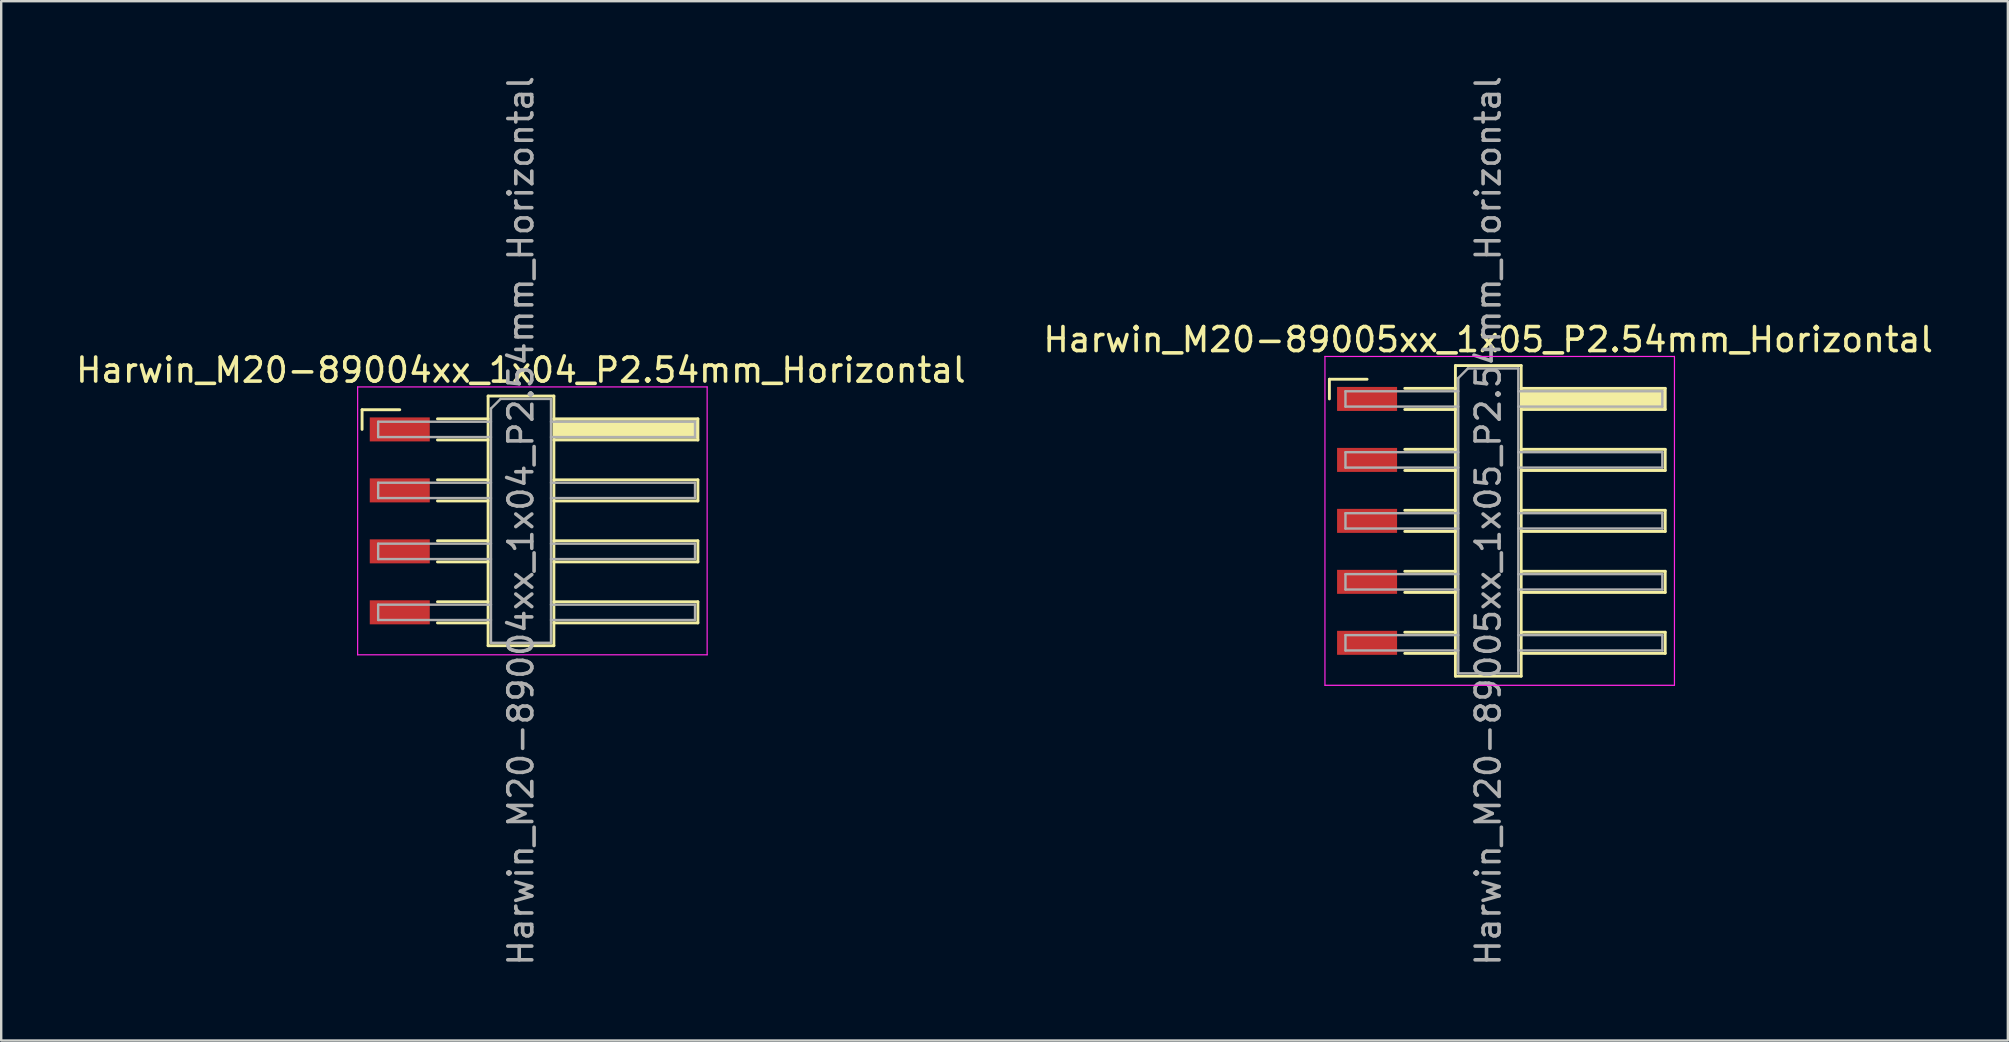
<source format=kicad_pcb>
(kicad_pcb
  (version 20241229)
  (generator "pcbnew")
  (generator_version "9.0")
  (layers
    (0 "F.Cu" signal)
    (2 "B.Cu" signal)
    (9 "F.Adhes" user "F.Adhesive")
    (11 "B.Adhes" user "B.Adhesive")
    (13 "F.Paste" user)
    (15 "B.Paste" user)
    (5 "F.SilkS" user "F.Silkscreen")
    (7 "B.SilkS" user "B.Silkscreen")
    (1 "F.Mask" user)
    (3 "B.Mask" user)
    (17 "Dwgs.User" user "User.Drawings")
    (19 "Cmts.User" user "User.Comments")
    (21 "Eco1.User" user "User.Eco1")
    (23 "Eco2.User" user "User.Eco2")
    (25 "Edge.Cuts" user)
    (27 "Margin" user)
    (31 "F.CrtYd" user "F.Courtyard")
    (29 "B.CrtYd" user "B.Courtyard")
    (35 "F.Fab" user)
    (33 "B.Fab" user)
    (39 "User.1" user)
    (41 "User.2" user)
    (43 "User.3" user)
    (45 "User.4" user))
  (footprint "Harwin_M20-89004xx_1x04_P2.54mm_Horizontal"
    (layer "F.Cu")
    (at 19.129 18.649)
    (property "Reference" "Harwin_M20-89004xx_1x04_P2.54mm_Horizontal" (at -0.48 -6.28 0) (layer "F.SilkS") (effects (font (size 1 1) (thickness 0.15))))
    (attr smd)
    (fp_line (start -7.095 -4.63) (end -5.525 -4.63) (stroke (width 0.12) (type solid)) (layer "F.SilkS"))
    (fp_line (start -7.095 -3.81) (end -7.095 -4.63) (stroke (width 0.12) (type solid)) (layer "F.SilkS"))
    (fp_line (start -3.955 -4.25) (end -1.845 -4.25) (stroke (width 0.12) (type solid)) (layer "F.SilkS"))
    (fp_line (start -3.955 -3.37) (end -1.845 -3.37) (stroke (width 0.12) (type solid)) (layer "F.SilkS"))
    (fp_line (start -3.955 -1.71) (end -1.845 -1.71) (stroke (width 0.12) (type solid)) (layer "F.SilkS"))
    (fp_line (start -3.955 -0.83) (end -1.845 -0.83) (stroke (width 0.12) (type solid)) (layer "F.SilkS"))
    (fp_line (start -3.955 0.83) (end -1.845 0.83) (stroke (width 0.12) (type solid)) (layer "F.SilkS"))
    (fp_line (start -3.955 1.71) (end -1.845 1.71) (stroke (width 0.12) (type solid)) (layer "F.SilkS"))
    (fp_line (start -3.955 3.37) (end -1.845 3.37) (stroke (width 0.12) (type solid)) (layer "F.SilkS"))
    (fp_line (start -3.955 4.25) (end -1.845 4.25) (stroke (width 0.12) (type solid)) (layer "F.SilkS"))
    (fp_line (start -1.845 -5.2) (end 0.895 -5.2) (stroke (width 0.12) (type solid)) (layer "F.SilkS"))
    (fp_line (start -1.845 5.2) (end -1.845 -5.2) (stroke (width 0.12) (type solid)) (layer "F.SilkS"))
    (fp_line (start 0.895 -5.2) (end 0.895 5.2) (stroke (width 0.12) (type solid)) (layer "F.SilkS"))
    (fp_line (start 0.895 -4.25) (end 6.895 -4.25) (stroke (width 0.12) (type solid)) (layer "F.SilkS"))
    (fp_line (start 0.895 -1.71) (end 6.895 -1.71) (stroke (width 0.12) (type solid)) (layer "F.SilkS"))
    (fp_line (start 0.895 0.83) (end 6.895 0.83) (stroke (width 0.12) (type solid)) (layer "F.SilkS"))
    (fp_line (start 0.895 3.37) (end 6.895 3.37) (stroke (width 0.12) (type solid)) (layer "F.SilkS"))
    (fp_line (start 0.895 5.2) (end -1.845 5.2) (stroke (width 0.12) (type solid)) (layer "F.SilkS"))
    (fp_line (start 6.895 -4.25) (end 6.895 -3.37) (stroke (width 0.12) (type solid)) (layer "F.SilkS"))
    (fp_line (start 6.895 -3.37) (end 0.895 -3.37) (stroke (width 0.12) (type solid)) (layer "F.SilkS"))
    (fp_line (start 6.895 -1.71) (end 6.895 -0.83) (stroke (width 0.12) (type solid)) (layer "F.SilkS"))
    (fp_line (start 6.895 -0.83) (end 0.895 -0.83) (stroke (width 0.12) (type solid)) (layer "F.SilkS"))
    (fp_line (start 6.895 0.83) (end 6.895 1.71) (stroke (width 0.12) (type solid)) (layer "F.SilkS"))
    (fp_line (start 6.895 1.71) (end 0.895 1.71) (stroke (width 0.12) (type solid)) (layer "F.SilkS"))
    (fp_line (start 6.895 3.37) (end 6.895 4.25) (stroke (width 0.12) (type solid)) (layer "F.SilkS"))
    (fp_line (start 6.895 4.25) (end 0.895 4.25) (stroke (width 0.12) (type solid)) (layer "F.SilkS"))
    (fp_line (start -7.28 -5.58) (end 7.28 -5.58) (stroke (width 0.05) (type solid)) (layer "F.CrtYd"))
    (fp_line (start -7.28 5.58) (end -7.28 -5.58) (stroke (width 0.05) (type solid)) (layer "F.CrtYd"))
    (fp_line (start 7.28 -5.58) (end 7.28 5.58) (stroke (width 0.05) (type solid)) (layer "F.CrtYd"))
    (fp_line (start 7.28 5.58) (end -7.28 5.58) (stroke (width 0.05) (type solid)) (layer "F.CrtYd"))
    (fp_line (start -6.425 -4.13) (end -6.425 -3.49) (stroke (width 0.1) (type solid)) (layer "F.Fab"))
    (fp_line (start -6.425 -3.49) (end -1.725 -3.49) (stroke (width 0.1) (type solid)) (layer "F.Fab"))
    (fp_line (start -6.425 -1.59) (end -6.425 -0.95) (stroke (width 0.1) (type solid)) (layer "F.Fab"))
    (fp_line (start -6.425 -0.95) (end -1.725 -0.95) (stroke (width 0.1) (type solid)) (layer "F.Fab"))
    (fp_line (start -6.425 0.95) (end -6.425 1.59) (stroke (width 0.1) (type solid)) (layer "F.Fab"))
    (fp_line (start -6.425 1.59) (end -1.725 1.59) (stroke (width 0.1) (type solid)) (layer "F.Fab"))
    (fp_line (start -6.425 3.49) (end -6.425 4.13) (stroke (width 0.1) (type solid)) (layer "F.Fab"))
    (fp_line (start -6.425 4.13) (end -1.725 4.13) (stroke (width 0.1) (type solid)) (layer "F.Fab"))
    (fp_line (start -1.725 -4.68) (end -1.325 -5.08) (stroke (width 0.1) (type solid)) (layer "F.Fab"))
    (fp_line (start -1.725 -4.13) (end -6.425 -4.13) (stroke (width 0.1) (type solid)) (layer "F.Fab"))
    (fp_line (start -1.725 -1.59) (end -6.425 -1.59) (stroke (width 0.1) (type solid)) (layer "F.Fab"))
    (fp_line (start -1.725 0.95) (end -6.425 0.95) (stroke (width 0.1) (type solid)) (layer "F.Fab"))
    (fp_line (start -1.725 3.49) (end -6.425 3.49) (stroke (width 0.1) (type solid)) (layer "F.Fab"))
    (fp_line (start -1.725 5.08) (end -1.725 -4.68) (stroke (width 0.1) (type solid)) (layer "F.Fab"))
    (fp_line (start -1.325 -5.08) (end 0.775 -5.08) (stroke (width 0.1) (type solid)) (layer "F.Fab"))
    (fp_line (start 0.775 -5.08) (end 0.775 5.08) (stroke (width 0.1) (type solid)) (layer "F.Fab"))
    (fp_line (start 0.775 -4.13) (end 6.775 -4.13) (stroke (width 0.1) (type solid)) (layer "F.Fab"))
    (fp_line (start 0.775 -1.59) (end 6.775 -1.59) (stroke (width 0.1) (type solid)) (layer "F.Fab"))
    (fp_line (start 0.775 0.95) (end 6.775 0.95) (stroke (width 0.1) (type solid)) (layer "F.Fab"))
    (fp_line (start 0.775 3.49) (end 6.775 3.49) (stroke (width 0.1) (type solid)) (layer "F.Fab"))
    (fp_line (start 0.775 5.08) (end -1.725 5.08) (stroke (width 0.1) (type solid)) (layer "F.Fab"))
    (fp_line (start 6.775 -4.13) (end 6.775 -3.49) (stroke (width 0.1) (type solid)) (layer "F.Fab"))
    (fp_line (start 6.775 -3.49) (end 0.775 -3.49) (stroke (width 0.1) (type solid)) (layer "F.Fab"))
    (fp_line (start 6.775 -1.59) (end 6.775 -0.95) (stroke (width 0.1) (type solid)) (layer "F.Fab"))
    (fp_line (start 6.775 -0.95) (end 0.775 -0.95) (stroke (width 0.1) (type solid)) (layer "F.Fab"))
    (fp_line (start 6.775 0.95) (end 6.775 1.59) (stroke (width 0.1) (type solid)) (layer "F.Fab"))
    (fp_line (start 6.775 1.59) (end 0.775 1.59) (stroke (width 0.1) (type solid)) (layer "F.Fab"))
    (fp_line (start 6.775 3.49) (end 6.775 4.13) (stroke (width 0.1) (type solid)) (layer "F.Fab"))
    (fp_line (start 6.775 4.13) (end 0.775 4.13) (stroke (width 0.1) (type solid)) (layer "F.Fab"))
    (fp_text user "${REFERENCE}" (at -0.48 0 90) (layer "F.Fab") (effects (font (size 1 1) (thickness 0.15))))
    (pad "" smd rect (at 3.895 -3.81) (size 6 0.76) (layers "F.SilkS"))
    (pad "1" smd rect (at -5.525 -3.81) (size 2.5 1) (layers "F.Cu" "F.Mask" "F.Paste"))
    (pad "2" smd rect (at -5.525 -1.27) (size 2.5 1) (layers "F.Cu" "F.Mask" "F.Paste"))
    (pad "3" smd rect (at -5.525 1.27) (size 2.5 1) (layers "F.Cu" "F.Mask" "F.Paste"))
    (pad "4" smd rect (at -5.525 3.81) (size 2.5 1) (layers "F.Cu" "F.Mask" "F.Paste")))
  (footprint "Harwin_M20-89005xx_1x05_P2.54mm_Horizontal"
    (layer "F.Cu")
    (at 59.426 18.649)
    (property "Reference" "Harwin_M20-89005xx_1x05_P2.54mm_Horizontal" (at -0.48 -7.55 0) (layer "F.SilkS") (effects (font (size 1 1) (thickness 0.15))))
    (attr smd)
    (fp_line (start -7.095 -5.9) (end -5.525 -5.9) (stroke (width 0.12) (type solid)) (layer "F.SilkS"))
    (fp_line (start -7.095 -5.08) (end -7.095 -5.9) (stroke (width 0.12) (type solid)) (layer "F.SilkS"))
    (fp_line (start -3.955 -5.52) (end -1.845 -5.52) (stroke (width 0.12) (type solid)) (layer "F.SilkS"))
    (fp_line (start -3.955 -4.64) (end -1.845 -4.64) (stroke (width 0.12) (type solid)) (layer "F.SilkS"))
    (fp_line (start -3.955 -2.98) (end -1.845 -2.98) (stroke (width 0.12) (type solid)) (layer "F.SilkS"))
    (fp_line (start -3.955 -2.1) (end -1.845 -2.1) (stroke (width 0.12) (type solid)) (layer "F.SilkS"))
    (fp_line (start -3.955 -0.44) (end -1.845 -0.44) (stroke (width 0.12) (type solid)) (layer "F.SilkS"))
    (fp_line (start -3.955 0.44) (end -1.845 0.44) (stroke (width 0.12) (type solid)) (layer "F.SilkS"))
    (fp_line (start -3.955 2.1) (end -1.845 2.1) (stroke (width 0.12) (type solid)) (layer "F.SilkS"))
    (fp_line (start -3.955 2.98) (end -1.845 2.98) (stroke (width 0.12) (type solid)) (layer "F.SilkS"))
    (fp_line (start -3.955 4.64) (end -1.845 4.64) (stroke (width 0.12) (type solid)) (layer "F.SilkS"))
    (fp_line (start -3.955 5.52) (end -1.845 5.52) (stroke (width 0.12) (type solid)) (layer "F.SilkS"))
    (fp_line (start -1.845 -6.47) (end 0.895 -6.47) (stroke (width 0.12) (type solid)) (layer "F.SilkS"))
    (fp_line (start -1.845 6.47) (end -1.845 -6.47) (stroke (width 0.12) (type solid)) (layer "F.SilkS"))
    (fp_line (start 0.895 -6.47) (end 0.895 6.47) (stroke (width 0.12) (type solid)) (layer "F.SilkS"))
    (fp_line (start 0.895 -5.52) (end 6.895 -5.52) (stroke (width 0.12) (type solid)) (layer "F.SilkS"))
    (fp_line (start 0.895 -2.98) (end 6.895 -2.98) (stroke (width 0.12) (type solid)) (layer "F.SilkS"))
    (fp_line (start 0.895 -0.44) (end 6.895 -0.44) (stroke (width 0.12) (type solid)) (layer "F.SilkS"))
    (fp_line (start 0.895 2.1) (end 6.895 2.1) (stroke (width 0.12) (type solid)) (layer "F.SilkS"))
    (fp_line (start 0.895 4.64) (end 6.895 4.64) (stroke (width 0.12) (type solid)) (layer "F.SilkS"))
    (fp_line (start 0.895 6.47) (end -1.845 6.47) (stroke (width 0.12) (type solid)) (layer "F.SilkS"))
    (fp_line (start 6.895 -5.52) (end 6.895 -4.64) (stroke (width 0.12) (type solid)) (layer "F.SilkS"))
    (fp_line (start 6.895 -4.64) (end 0.895 -4.64) (stroke (width 0.12) (type solid)) (layer "F.SilkS"))
    (fp_line (start 6.895 -2.98) (end 6.895 -2.1) (stroke (width 0.12) (type solid)) (layer "F.SilkS"))
    (fp_line (start 6.895 -2.1) (end 0.895 -2.1) (stroke (width 0.12) (type solid)) (layer "F.SilkS"))
    (fp_line (start 6.895 -0.44) (end 6.895 0.44) (stroke (width 0.12) (type solid)) (layer "F.SilkS"))
    (fp_line (start 6.895 0.44) (end 0.895 0.44) (stroke (width 0.12) (type solid)) (layer "F.SilkS"))
    (fp_line (start 6.895 2.1) (end 6.895 2.98) (stroke (width 0.12) (type solid)) (layer "F.SilkS"))
    (fp_line (start 6.895 2.98) (end 0.895 2.98) (stroke (width 0.12) (type solid)) (layer "F.SilkS"))
    (fp_line (start 6.895 4.64) (end 6.895 5.52) (stroke (width 0.12) (type solid)) (layer "F.SilkS"))
    (fp_line (start 6.895 5.52) (end 0.895 5.52) (stroke (width 0.12) (type solid)) (layer "F.SilkS"))
    (fp_line (start -7.28 -6.85) (end 7.28 -6.85) (stroke (width 0.05) (type solid)) (layer "F.CrtYd"))
    (fp_line (start -7.28 6.85) (end -7.28 -6.85) (stroke (width 0.05) (type solid)) (layer "F.CrtYd"))
    (fp_line (start 7.28 -6.85) (end 7.28 6.85) (stroke (width 0.05) (type solid)) (layer "F.CrtYd"))
    (fp_line (start 7.28 6.85) (end -7.28 6.85) (stroke (width 0.05) (type solid)) (layer "F.CrtYd"))
    (fp_line (start -6.425 -5.4) (end -6.425 -4.76) (stroke (width 0.1) (type solid)) (layer "F.Fab"))
    (fp_line (start -6.425 -4.76) (end -1.725 -4.76) (stroke (width 0.1) (type solid)) (layer "F.Fab"))
    (fp_line (start -6.425 -2.86) (end -6.425 -2.22) (stroke (width 0.1) (type solid)) (layer "F.Fab"))
    (fp_line (start -6.425 -2.22) (end -1.725 -2.22) (stroke (width 0.1) (type solid)) (layer "F.Fab"))
    (fp_line (start -6.425 -0.32) (end -6.425 0.32) (stroke (width 0.1) (type solid)) (layer "F.Fab"))
    (fp_line (start -6.425 0.32) (end -1.725 0.32) (stroke (width 0.1) (type solid)) (layer "F.Fab"))
    (fp_line (start -6.425 2.22) (end -6.425 2.86) (stroke (width 0.1) (type solid)) (layer "F.Fab"))
    (fp_line (start -6.425 2.86) (end -1.725 2.86) (stroke (width 0.1) (type solid)) (layer "F.Fab"))
    (fp_line (start -6.425 4.76) (end -6.425 5.4) (stroke (width 0.1) (type solid)) (layer "F.Fab"))
    (fp_line (start -6.425 5.4) (end -1.725 5.4) (stroke (width 0.1) (type solid)) (layer "F.Fab"))
    (fp_line (start -1.725 -5.95) (end -1.325 -6.35) (stroke (width 0.1) (type solid)) (layer "F.Fab"))
    (fp_line (start -1.725 -5.4) (end -6.425 -5.4) (stroke (width 0.1) (type solid)) (layer "F.Fab"))
    (fp_line (start -1.725 -2.86) (end -6.425 -2.86) (stroke (width 0.1) (type solid)) (layer "F.Fab"))
    (fp_line (start -1.725 -0.32) (end -6.425 -0.32) (stroke (width 0.1) (type solid)) (layer "F.Fab"))
    (fp_line (start -1.725 2.22) (end -6.425 2.22) (stroke (width 0.1) (type solid)) (layer "F.Fab"))
    (fp_line (start -1.725 4.76) (end -6.425 4.76) (stroke (width 0.1) (type solid)) (layer "F.Fab"))
    (fp_line (start -1.725 6.35) (end -1.725 -5.95) (stroke (width 0.1) (type solid)) (layer "F.Fab"))
    (fp_line (start -1.325 -6.35) (end 0.775 -6.35) (stroke (width 0.1) (type solid)) (layer "F.Fab"))
    (fp_line (start 0.775 -6.35) (end 0.775 6.35) (stroke (width 0.1) (type solid)) (layer "F.Fab"))
    (fp_line (start 0.775 -5.4) (end 6.775 -5.4) (stroke (width 0.1) (type solid)) (layer "F.Fab"))
    (fp_line (start 0.775 -2.86) (end 6.775 -2.86) (stroke (width 0.1) (type solid)) (layer "F.Fab"))
    (fp_line (start 0.775 -0.32) (end 6.775 -0.32) (stroke (width 0.1) (type solid)) (layer "F.Fab"))
    (fp_line (start 0.775 2.22) (end 6.775 2.22) (stroke (width 0.1) (type solid)) (layer "F.Fab"))
    (fp_line (start 0.775 4.76) (end 6.775 4.76) (stroke (width 0.1) (type solid)) (layer "F.Fab"))
    (fp_line (start 0.775 6.35) (end -1.725 6.35) (stroke (width 0.1) (type solid)) (layer "F.Fab"))
    (fp_line (start 6.775 -5.4) (end 6.775 -4.76) (stroke (width 0.1) (type solid)) (layer "F.Fab"))
    (fp_line (start 6.775 -4.76) (end 0.775 -4.76) (stroke (width 0.1) (type solid)) (layer "F.Fab"))
    (fp_line (start 6.775 -2.86) (end 6.775 -2.22) (stroke (width 0.1) (type solid)) (layer "F.Fab"))
    (fp_line (start 6.775 -2.22) (end 0.775 -2.22) (stroke (width 0.1) (type solid)) (layer "F.Fab"))
    (fp_line (start 6.775 -0.32) (end 6.775 0.32) (stroke (width 0.1) (type solid)) (layer "F.Fab"))
    (fp_line (start 6.775 0.32) (end 0.775 0.32) (stroke (width 0.1) (type solid)) (layer "F.Fab"))
    (fp_line (start 6.775 2.22) (end 6.775 2.86) (stroke (width 0.1) (type solid)) (layer "F.Fab"))
    (fp_line (start 6.775 2.86) (end 0.775 2.86) (stroke (width 0.1) (type solid)) (layer "F.Fab"))
    (fp_line (start 6.775 4.76) (end 6.775 5.4) (stroke (width 0.1) (type solid)) (layer "F.Fab"))
    (fp_line (start 6.775 5.4) (end 0.775 5.4) (stroke (width 0.1) (type solid)) (layer "F.Fab"))
    (fp_text user "${REFERENCE}" (at -0.48 0 90) (layer "F.Fab") (effects (font (size 1 1) (thickness 0.15))))
    (pad "" smd rect (at 3.895 -5.08) (size 6 0.76) (layers "F.SilkS"))
    (pad "1" smd rect (at -5.525 -5.08) (size 2.5 1) (layers "F.Cu" "F.Mask" "F.Paste"))
    (pad "2" smd rect (at -5.525 -2.54) (size 2.5 1) (layers "F.Cu" "F.Mask" "F.Paste"))
    (pad "3" smd rect (at -5.525 0) (size 2.5 1) (layers "F.Cu" "F.Mask" "F.Paste"))
    (pad "4" smd rect (at -5.525 2.54) (size 2.5 1) (layers "F.Cu" "F.Mask" "F.Paste"))
    (pad "5" smd rect (at -5.525 5.08) (size 2.5 1) (layers "F.Cu" "F.Mask" "F.Paste")))
  (gr_rect
    (start -3 -3)
    (end 80.595 40.298)
    (stroke (width 0.1) (type default))
    (fill no)
    (layer "Edge.Cuts")))
</source>
